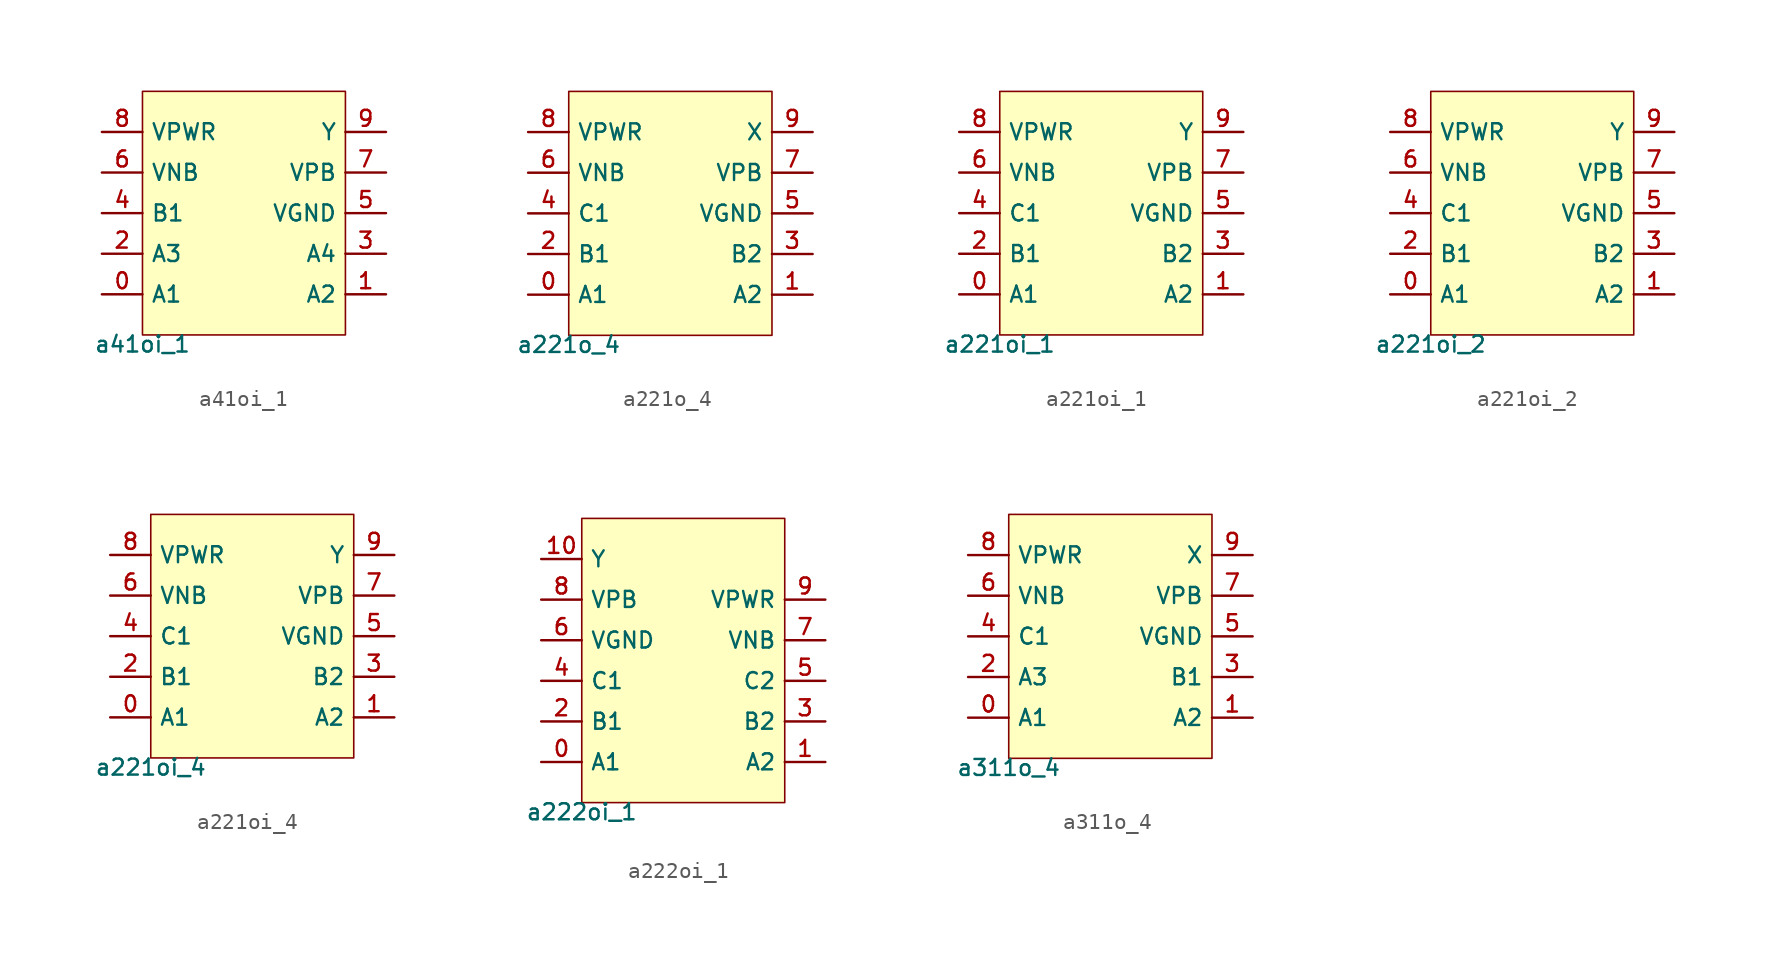
<source format=kicad_sym>
(kicad_symbol_lib
  (version 20211014)
  (generator pdk2kicad)
  (symbol "a41oi_1"
    (property "Reference" "X"
      (at 0 0 0)
      (effects (font (size 1 1)) hide))
    (property "Value" "a41oi_1"
      (at -6.35 -7.62 0)
      (effects (font (size 1 1)) (justify top)))
    (rectangle
      (start -6.35 -7.62)
      (end 6.35 7.62)
      (stroke (width 0.1) (type solid) (color 0 0 0 0))
      (fill (type background)))
    (pin bidirectional line
      (at -8.89 -5.08 0)
      (length 2.54)
      (name "A1" (effects (font (size 1 1)) hide))
      (number "0" (effects (font (size 1 1)) hide)))
    (pin bidirectional line
      (at 8.89 -5.08 180)
      (length 2.54)
      (name "A2" (effects (font (size 1 1)) hide))
      (number "1" (effects (font (size 1 1)) hide)))
    (pin bidirectional line
      (at -8.89 -2.54 0)
      (length 2.54)
      (name "A3" (effects (font (size 1 1)) hide))
      (number "2" (effects (font (size 1 1)) hide)))
    (pin bidirectional line
      (at 8.89 -2.54 180)
      (length 2.54)
      (name "A4" (effects (font (size 1 1)) hide))
      (number "3" (effects (font (size 1 1)) hide)))
    (pin bidirectional line
      (at -8.89 8.881784197001252e-16 0)
      (length 2.54)
      (name "B1" (effects (font (size 1 1)) hide))
      (number "4" (effects (font (size 1 1)) hide)))
    (pin bidirectional line
      (at 8.89 8.881784197001252e-16 180)
      (length 2.54)
      (name "VGND" (effects (font (size 1 1)) hide))
      (number "5" (effects (font (size 1 1)) hide)))
    (pin bidirectional line
      (at -8.89 2.54 0)
      (length 2.54)
      (name "VNB" (effects (font (size 1 1)) hide))
      (number "6" (effects (font (size 1 1)) hide)))
    (pin bidirectional line
      (at 8.89 2.54 180)
      (length 2.54)
      (name "VPB" (effects (font (size 1 1)) hide))
      (number "7" (effects (font (size 1 1)) hide)))
    (pin bidirectional line
      (at -8.89 5.08 0)
      (length 2.54)
      (name "VPWR" (effects (font (size 1 1)) hide))
      (number "8" (effects (font (size 1 1)) hide)))
    (pin bidirectional line
      (at 8.89 5.08 180)
      (length 2.54)
      (name "Y" (effects (font (size 1 1)) hide))
      (number "9" (effects (font (size 1 1)) hide))))
  (symbol "a221o_4"
    (property "Reference" "X"
      (at 0 0 0)
      (effects (font (size 1 1)) hide))
    (property "Value" "a221o_4"
      (at -6.35 -7.62 0)
      (effects (font (size 1 1)) (justify top)))
    (rectangle
      (start -6.35 -7.62)
      (end 6.35 7.62)
      (stroke (width 0.1) (type solid) (color 0 0 0 0))
      (fill (type background)))
    (pin bidirectional line
      (at -8.89 -5.08 0)
      (length 2.54)
      (name "A1" (effects (font (size 1 1)) hide))
      (number "0" (effects (font (size 1 1)) hide)))
    (pin bidirectional line
      (at 8.89 -5.08 180)
      (length 2.54)
      (name "A2" (effects (font (size 1 1)) hide))
      (number "1" (effects (font (size 1 1)) hide)))
    (pin bidirectional line
      (at -8.89 -2.54 0)
      (length 2.54)
      (name "B1" (effects (font (size 1 1)) hide))
      (number "2" (effects (font (size 1 1)) hide)))
    (pin bidirectional line
      (at 8.89 -2.54 180)
      (length 2.54)
      (name "B2" (effects (font (size 1 1)) hide))
      (number "3" (effects (font (size 1 1)) hide)))
    (pin bidirectional line
      (at -8.89 8.881784197001252e-16 0)
      (length 2.54)
      (name "C1" (effects (font (size 1 1)) hide))
      (number "4" (effects (font (size 1 1)) hide)))
    (pin bidirectional line
      (at 8.89 8.881784197001252e-16 180)
      (length 2.54)
      (name "VGND" (effects (font (size 1 1)) hide))
      (number "5" (effects (font (size 1 1)) hide)))
    (pin bidirectional line
      (at -8.89 2.54 0)
      (length 2.54)
      (name "VNB" (effects (font (size 1 1)) hide))
      (number "6" (effects (font (size 1 1)) hide)))
    (pin bidirectional line
      (at 8.89 2.54 180)
      (length 2.54)
      (name "VPB" (effects (font (size 1 1)) hide))
      (number "7" (effects (font (size 1 1)) hide)))
    (pin bidirectional line
      (at -8.89 5.08 0)
      (length 2.54)
      (name "VPWR" (effects (font (size 1 1)) hide))
      (number "8" (effects (font (size 1 1)) hide)))
    (pin bidirectional line
      (at 8.89 5.08 180)
      (length 2.54)
      (name "X" (effects (font (size 1 1)) hide))
      (number "9" (effects (font (size 1 1)) hide))))
  (symbol "a221oi_1"
    (property "Reference" "X"
      (at 0 0 0)
      (effects (font (size 1 1)) hide))
    (property "Value" "a221oi_1"
      (at -6.35 -7.62 0)
      (effects (font (size 1 1)) (justify top)))
    (rectangle
      (start -6.35 -7.62)
      (end 6.35 7.62)
      (stroke (width 0.1) (type solid) (color 0 0 0 0))
      (fill (type background)))
    (pin bidirectional line
      (at -8.89 -5.08 0)
      (length 2.54)
      (name "A1" (effects (font (size 1 1)) hide))
      (number "0" (effects (font (size 1 1)) hide)))
    (pin bidirectional line
      (at 8.89 -5.08 180)
      (length 2.54)
      (name "A2" (effects (font (size 1 1)) hide))
      (number "1" (effects (font (size 1 1)) hide)))
    (pin bidirectional line
      (at -8.89 -2.54 0)
      (length 2.54)
      (name "B1" (effects (font (size 1 1)) hide))
      (number "2" (effects (font (size 1 1)) hide)))
    (pin bidirectional line
      (at 8.89 -2.54 180)
      (length 2.54)
      (name "B2" (effects (font (size 1 1)) hide))
      (number "3" (effects (font (size 1 1)) hide)))
    (pin bidirectional line
      (at -8.89 8.881784197001252e-16 0)
      (length 2.54)
      (name "C1" (effects (font (size 1 1)) hide))
      (number "4" (effects (font (size 1 1)) hide)))
    (pin bidirectional line
      (at 8.89 8.881784197001252e-16 180)
      (length 2.54)
      (name "VGND" (effects (font (size 1 1)) hide))
      (number "5" (effects (font (size 1 1)) hide)))
    (pin bidirectional line
      (at -8.89 2.54 0)
      (length 2.54)
      (name "VNB" (effects (font (size 1 1)) hide))
      (number "6" (effects (font (size 1 1)) hide)))
    (pin bidirectional line
      (at 8.89 2.54 180)
      (length 2.54)
      (name "VPB" (effects (font (size 1 1)) hide))
      (number "7" (effects (font (size 1 1)) hide)))
    (pin bidirectional line
      (at -8.89 5.08 0)
      (length 2.54)
      (name "VPWR" (effects (font (size 1 1)) hide))
      (number "8" (effects (font (size 1 1)) hide)))
    (pin bidirectional line
      (at 8.89 5.08 180)
      (length 2.54)
      (name "Y" (effects (font (size 1 1)) hide))
      (number "9" (effects (font (size 1 1)) hide))))
  (symbol "a221oi_2"
    (property "Reference" "X"
      (at 0 0 0)
      (effects (font (size 1 1)) hide))
    (property "Value" "a221oi_2"
      (at -6.35 -7.62 0)
      (effects (font (size 1 1)) (justify top)))
    (rectangle
      (start -6.35 -7.62)
      (end 6.35 7.62)
      (stroke (width 0.1) (type solid) (color 0 0 0 0))
      (fill (type background)))
    (pin bidirectional line
      (at -8.89 -5.08 0)
      (length 2.54)
      (name "A1" (effects (font (size 1 1)) hide))
      (number "0" (effects (font (size 1 1)) hide)))
    (pin bidirectional line
      (at 8.89 -5.08 180)
      (length 2.54)
      (name "A2" (effects (font (size 1 1)) hide))
      (number "1" (effects (font (size 1 1)) hide)))
    (pin bidirectional line
      (at -8.89 -2.54 0)
      (length 2.54)
      (name "B1" (effects (font (size 1 1)) hide))
      (number "2" (effects (font (size 1 1)) hide)))
    (pin bidirectional line
      (at 8.89 -2.54 180)
      (length 2.54)
      (name "B2" (effects (font (size 1 1)) hide))
      (number "3" (effects (font (size 1 1)) hide)))
    (pin bidirectional line
      (at -8.89 8.881784197001252e-16 0)
      (length 2.54)
      (name "C1" (effects (font (size 1 1)) hide))
      (number "4" (effects (font (size 1 1)) hide)))
    (pin bidirectional line
      (at 8.89 8.881784197001252e-16 180)
      (length 2.54)
      (name "VGND" (effects (font (size 1 1)) hide))
      (number "5" (effects (font (size 1 1)) hide)))
    (pin bidirectional line
      (at -8.89 2.54 0)
      (length 2.54)
      (name "VNB" (effects (font (size 1 1)) hide))
      (number "6" (effects (font (size 1 1)) hide)))
    (pin bidirectional line
      (at 8.89 2.54 180)
      (length 2.54)
      (name "VPB" (effects (font (size 1 1)) hide))
      (number "7" (effects (font (size 1 1)) hide)))
    (pin bidirectional line
      (at -8.89 5.08 0)
      (length 2.54)
      (name "VPWR" (effects (font (size 1 1)) hide))
      (number "8" (effects (font (size 1 1)) hide)))
    (pin bidirectional line
      (at 8.89 5.08 180)
      (length 2.54)
      (name "Y" (effects (font (size 1 1)) hide))
      (number "9" (effects (font (size 1 1)) hide))))
  (symbol "a221oi_4"
    (property "Reference" "X"
      (at 0 0 0)
      (effects (font (size 1 1)) hide))
    (property "Value" "a221oi_4"
      (at -6.35 -7.62 0)
      (effects (font (size 1 1)) (justify top)))
    (rectangle
      (start -6.35 -7.62)
      (end 6.35 7.62)
      (stroke (width 0.1) (type solid) (color 0 0 0 0))
      (fill (type background)))
    (pin bidirectional line
      (at -8.89 -5.08 0)
      (length 2.54)
      (name "A1" (effects (font (size 1 1)) hide))
      (number "0" (effects (font (size 1 1)) hide)))
    (pin bidirectional line
      (at 8.89 -5.08 180)
      (length 2.54)
      (name "A2" (effects (font (size 1 1)) hide))
      (number "1" (effects (font (size 1 1)) hide)))
    (pin bidirectional line
      (at -8.89 -2.54 0)
      (length 2.54)
      (name "B1" (effects (font (size 1 1)) hide))
      (number "2" (effects (font (size 1 1)) hide)))
    (pin bidirectional line
      (at 8.89 -2.54 180)
      (length 2.54)
      (name "B2" (effects (font (size 1 1)) hide))
      (number "3" (effects (font (size 1 1)) hide)))
    (pin bidirectional line
      (at -8.89 8.881784197001252e-16 0)
      (length 2.54)
      (name "C1" (effects (font (size 1 1)) hide))
      (number "4" (effects (font (size 1 1)) hide)))
    (pin bidirectional line
      (at 8.89 8.881784197001252e-16 180)
      (length 2.54)
      (name "VGND" (effects (font (size 1 1)) hide))
      (number "5" (effects (font (size 1 1)) hide)))
    (pin bidirectional line
      (at -8.89 2.54 0)
      (length 2.54)
      (name "VNB" (effects (font (size 1 1)) hide))
      (number "6" (effects (font (size 1 1)) hide)))
    (pin bidirectional line
      (at 8.89 2.54 180)
      (length 2.54)
      (name "VPB" (effects (font (size 1 1)) hide))
      (number "7" (effects (font (size 1 1)) hide)))
    (pin bidirectional line
      (at -8.89 5.08 0)
      (length 2.54)
      (name "VPWR" (effects (font (size 1 1)) hide))
      (number "8" (effects (font (size 1 1)) hide)))
    (pin bidirectional line
      (at 8.89 5.08 180)
      (length 2.54)
      (name "Y" (effects (font (size 1 1)) hide))
      (number "9" (effects (font (size 1 1)) hide))))
  (symbol "a222oi_1"
    (property "Reference" "X"
      (at 0 0 0)
      (effects (font (size 1 1)) hide))
    (property "Value" "a222oi_1"
      (at -6.35 -8.89 0)
      (effects (font (size 1 1)) (justify top)))
    (rectangle
      (start -6.35 -8.89)
      (end 6.35 8.89)
      (stroke (width 0.1) (type solid) (color 0 0 0 0))
      (fill (type background)))
    (pin bidirectional line
      (at -8.89 -6.35 0)
      (length 2.54)
      (name "A1" (effects (font (size 1 1)) hide))
      (number "0" (effects (font (size 1 1)) hide)))
    (pin bidirectional line
      (at 8.89 -6.35 180)
      (length 2.54)
      (name "A2" (effects (font (size 1 1)) hide))
      (number "1" (effects (font (size 1 1)) hide)))
    (pin bidirectional line
      (at -8.89 -3.81 0)
      (length 2.54)
      (name "B1" (effects (font (size 1 1)) hide))
      (number "2" (effects (font (size 1 1)) hide)))
    (pin bidirectional line
      (at 8.89 -3.81 180)
      (length 2.54)
      (name "B2" (effects (font (size 1 1)) hide))
      (number "3" (effects (font (size 1 1)) hide)))
    (pin bidirectional line
      (at -8.89 -1.27 0)
      (length 2.54)
      (name "C1" (effects (font (size 1 1)) hide))
      (number "4" (effects (font (size 1 1)) hide)))
    (pin bidirectional line
      (at 8.89 -1.27 180)
      (length 2.54)
      (name "C2" (effects (font (size 1 1)) hide))
      (number "5" (effects (font (size 1 1)) hide)))
    (pin bidirectional line
      (at -8.89 1.27 0)
      (length 2.54)
      (name "VGND" (effects (font (size 1 1)) hide))
      (number "6" (effects (font (size 1 1)) hide)))
    (pin bidirectional line
      (at 8.89 1.27 180)
      (length 2.54)
      (name "VNB" (effects (font (size 1 1)) hide))
      (number "7" (effects (font (size 1 1)) hide)))
    (pin bidirectional line
      (at -8.89 3.81 0)
      (length 2.54)
      (name "VPB" (effects (font (size 1 1)) hide))
      (number "8" (effects (font (size 1 1)) hide)))
    (pin bidirectional line
      (at 8.89 3.81 180)
      (length 2.54)
      (name "VPWR" (effects (font (size 1 1)) hide))
      (number "9" (effects (font (size 1 1)) hide)))
    (pin bidirectional line
      (at -8.89 6.35 0)
      (length 2.54)
      (name "Y" (effects (font (size 1 1)) hide))
      (number "10" (effects (font (size 1 1)) hide))))
  (symbol "a311o_4"
    (property "Reference" "X"
      (at 0 0 0)
      (effects (font (size 1 1)) hide))
    (property "Value" "a311o_4"
      (at -6.35 -7.62 0)
      (effects (font (size 1 1)) (justify top)))
    (rectangle
      (start -6.35 -7.62)
      (end 6.35 7.62)
      (stroke (width 0.1) (type solid) (color 0 0 0 0))
      (fill (type background)))
    (pin bidirectional line
      (at -8.89 -5.08 0)
      (length 2.54)
      (name "A1" (effects (font (size 1 1)) hide))
      (number "0" (effects (font (size 1 1)) hide)))
    (pin bidirectional line
      (at 8.89 -5.08 180)
      (length 2.54)
      (name "A2" (effects (font (size 1 1)) hide))
      (number "1" (effects (font (size 1 1)) hide)))
    (pin bidirectional line
      (at -8.89 -2.54 0)
      (length 2.54)
      (name "A3" (effects (font (size 1 1)) hide))
      (number "2" (effects (font (size 1 1)) hide)))
    (pin bidirectional line
      (at 8.89 -2.54 180)
      (length 2.54)
      (name "B1" (effects (font (size 1 1)) hide))
      (number "3" (effects (font (size 1 1)) hide)))
    (pin bidirectional line
      (at -8.89 8.881784197001252e-16 0)
      (length 2.54)
      (name "C1" (effects (font (size 1 1)) hide))
      (number "4" (effects (font (size 1 1)) hide)))
    (pin bidirectional line
      (at 8.89 8.881784197001252e-16 180)
      (length 2.54)
      (name "VGND" (effects (font (size 1 1)) hide))
      (number "5" (effects (font (size 1 1)) hide)))
    (pin bidirectional line
      (at -8.89 2.54 0)
      (length 2.54)
      (name "VNB" (effects (font (size 1 1)) hide))
      (number "6" (effects (font (size 1 1)) hide)))
    (pin bidirectional line
      (at 8.89 2.54 180)
      (length 2.54)
      (name "VPB" (effects (font (size 1 1)) hide))
      (number "7" (effects (font (size 1 1)) hide)))
    (pin bidirectional line
      (at -8.89 5.08 0)
      (length 2.54)
      (name "VPWR" (effects (font (size 1 1)) hide))
      (number "8" (effects (font (size 1 1)) hide)))
    (pin bidirectional line
      (at 8.89 5.08 180)
      (length 2.54)
      (name "X" (effects (font (size 1 1)) hide))
      (number "9" (effects (font (size 1 1)) hide)))))
</source>
